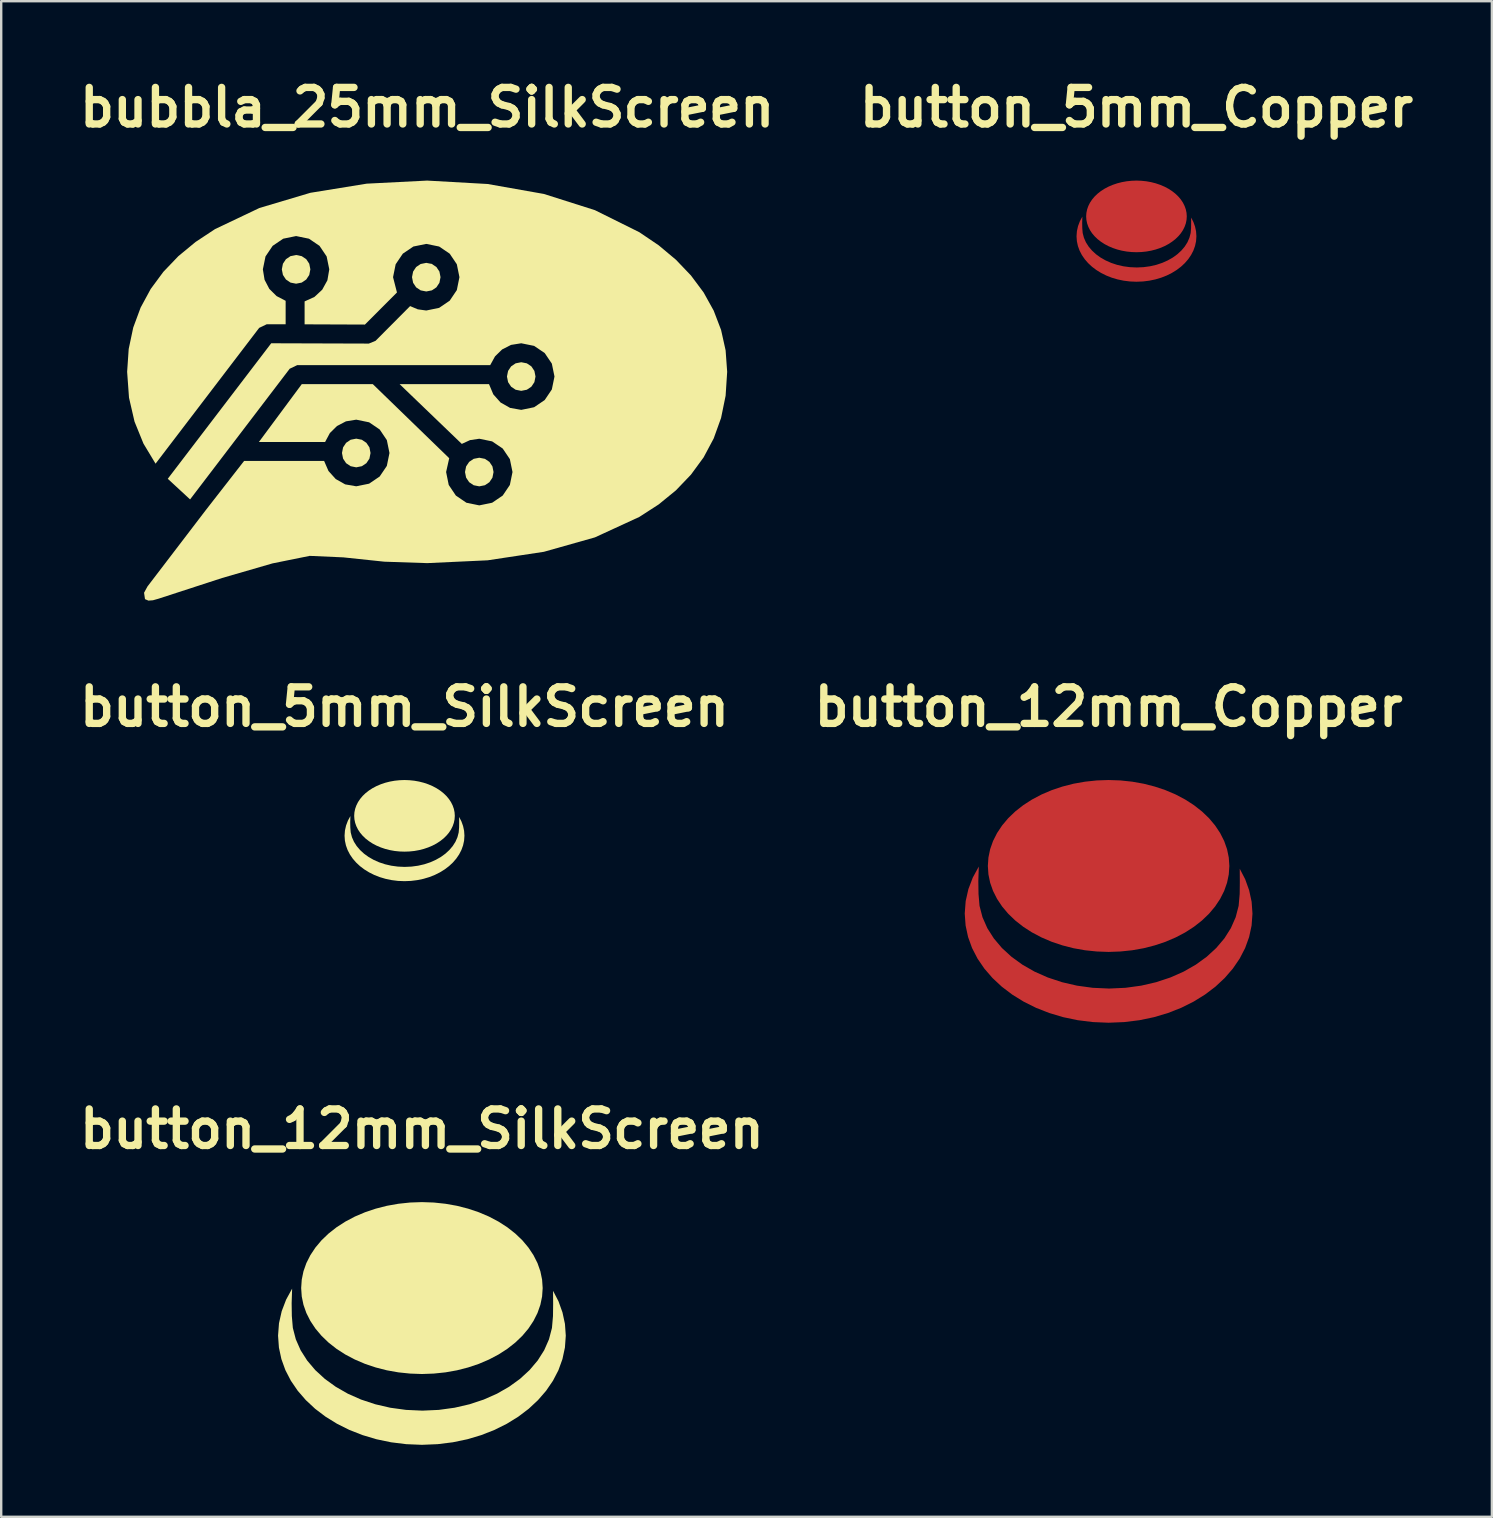
<source format=kicad_pcb>
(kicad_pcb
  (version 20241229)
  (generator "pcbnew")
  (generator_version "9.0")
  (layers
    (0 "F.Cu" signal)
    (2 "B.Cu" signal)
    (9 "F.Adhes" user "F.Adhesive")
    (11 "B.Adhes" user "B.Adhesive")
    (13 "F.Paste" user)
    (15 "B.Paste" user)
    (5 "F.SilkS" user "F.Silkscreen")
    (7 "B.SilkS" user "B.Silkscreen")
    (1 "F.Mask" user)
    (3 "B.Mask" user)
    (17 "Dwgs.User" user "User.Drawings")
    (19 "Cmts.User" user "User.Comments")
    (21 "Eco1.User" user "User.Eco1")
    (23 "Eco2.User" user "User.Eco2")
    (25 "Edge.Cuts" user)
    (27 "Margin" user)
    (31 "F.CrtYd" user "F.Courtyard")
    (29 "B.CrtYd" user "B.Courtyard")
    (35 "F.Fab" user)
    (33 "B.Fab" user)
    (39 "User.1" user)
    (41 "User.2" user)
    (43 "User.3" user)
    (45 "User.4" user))
  (footprint "button_12mm_Copper"
    (layer "F.Cu")
    (at 43.139 34.505)
    (property "Reference" "button_12mm_Copper" (at 0 -8.104 0) (layer "F.SilkS") (effects (font (size 1.524 1.524) (thickness 0.305))))
    (attr exclude_from_pos_files exclude_from_bom)
    (fp_poly (pts (xy 5.031 -1.475) (xy 5.007 -1.124) (xy 4.935 -0.777) (xy 4.815 -0.436) (xy 4.648 -0.105) (xy 4.437 0.213) (xy 4.184 0.514) (xy 3.889 0.797) (xy 3.558 1.057) (xy 3.192 1.293) (xy 2.795 1.502) (xy 2.372 1.683) (xy 1.925 1.833) (xy 1.461 1.952) (xy 0.982 2.037) (xy 0.493 2.088) (xy 0.000019 2.106) (xy -0.493 2.088) (xy -0.982 2.037) (xy -1.461 1.952) (xy -1.925 1.833) (xy -2.372 1.683) (xy -2.795 1.502) (xy -3.192 1.293) (xy -3.558 1.057) (xy -3.889 0.797) (xy -4.183 0.514) (xy -4.437 0.213) (xy -4.648 -0.105) (xy -4.815 -0.436) (xy -4.935 -0.777) (xy -5.007 -1.124) (xy -5.031 -1.475) (xy -5.007 -1.826) (xy -4.935 -2.174) (xy -4.815 -2.515) (xy -4.648 -2.845) (xy -4.437 -3.163) (xy -4.183 -3.465) (xy -3.889 -3.747) (xy -3.558 -4.007) (xy -3.192 -4.243) (xy -2.795 -4.453) (xy -2.372 -4.633) (xy -1.925 -4.783) (xy -1.461 -4.902) (xy -0.982 -4.987) (xy -0.493 -5.039) (xy 0.000019 -5.056) (xy 0.493 -5.039) (xy 0.982 -4.987) (xy 1.461 -4.902) (xy 1.925 -4.783) (xy 2.372 -4.633) (xy 2.795 -4.453) (xy 3.192 -4.243) (xy 3.558 -4.007) (xy 3.889 -3.747) (xy 4.184 -3.465) (xy 4.437 -3.163) (xy 4.648 -2.845) (xy 4.815 -2.515) (xy 4.935 -2.174) (xy 5.007 -1.826) (xy 5.031 -1.475)) (stroke (width 0) (type solid)) (fill yes) (layer "F.Cu"))
    (fp_poly (pts (xy -5.408 -1.451) (xy -5.428 -0.843) (xy -5.42 -0.308) (xy -5.378 0.186) (xy -5.254 0.661) (xy -5.054 1.115) (xy -4.782 1.543) (xy -4.445 1.942) (xy -4.046 2.308) (xy -3.592 2.637) (xy -3.087 2.926) (xy -2.536 3.17) (xy -1.945 3.366) (xy -1.319 3.511) (xy -0.662 3.601) (xy 0.02 3.632) (xy 0.702 3.601) (xy 1.359 3.511) (xy 1.986 3.366) (xy 2.577 3.17) (xy 3.128 2.926) (xy 3.633 2.637) (xy 4.087 2.308) (xy 4.485 1.942) (xy 4.823 1.543) (xy 5.094 1.115) (xy 5.294 0.661) (xy 5.418 0.186) (xy 5.461 -0.308) (xy 5.467 -0.798) (xy 5.464 -1.36) (xy 5.691 -0.921) (xy 5.856 -0.461) (xy 5.959 0.017) (xy 5.994 0.509) (xy 5.958 1.005) (xy 5.855 1.484) (xy 5.688 1.946) (xy 5.46 2.386) (xy 5.175 2.803) (xy 4.836 3.194) (xy 4.449 3.555) (xy 4.015 3.884) (xy 3.539 4.178) (xy 3.024 4.435) (xy 2.474 4.651) (xy 1.894 4.824) (xy 1.285 4.951) (xy 0.653 5.029) (xy 0.000019 5.056) (xy -0.653 5.029) (xy -1.285 4.951) (xy -1.894 4.824) (xy -2.474 4.651) (xy -3.024 4.435) (xy -3.539 4.178) (xy -4.015 3.884) (xy -4.449 3.555) (xy -4.836 3.194) (xy -5.175 2.803) (xy -5.46 2.386) (xy -5.688 1.946) (xy -5.855 1.484) (xy -5.958 1.005) (xy -5.994 0.509) (xy -5.955 -0.01) (xy -5.842 -0.511) (xy -5.658 -0.993) (xy -5.408 -1.451)) (stroke (width 0) (type solid)) (fill yes) (layer "F.Cu")))
  (footprint "button_12mm_SilkScreen"
    (layer "F.Cu")
    (at 14.529 52.091)
    (property "Reference" "button_12mm_SilkScreen" (at 0 -8.104 0) (layer "F.SilkS") (effects (font (size 1.524 1.524) (thickness 0.305))))
    (attr exclude_from_pos_files exclude_from_bom)
    (fp_poly (pts (xy 5.031 -1.475) (xy 5.007 -1.124) (xy 4.935 -0.777) (xy 4.815 -0.436) (xy 4.648 -0.105) (xy 4.437 0.213) (xy 4.184 0.514) (xy 3.889 0.797) (xy 3.558 1.057) (xy 3.192 1.293) (xy 2.795 1.502) (xy 2.372 1.683) (xy 1.925 1.833) (xy 1.461 1.952) (xy 0.982 2.037) (xy 0.493 2.088) (xy 0.000019 2.106) (xy -0.493 2.088) (xy -0.982 2.037) (xy -1.461 1.952) (xy -1.925 1.833) (xy -2.372 1.683) (xy -2.795 1.502) (xy -3.192 1.293) (xy -3.558 1.057) (xy -3.889 0.797) (xy -4.183 0.514) (xy -4.437 0.213) (xy -4.648 -0.105) (xy -4.815 -0.436) (xy -4.935 -0.777) (xy -5.007 -1.124) (xy -5.031 -1.475) (xy -5.007 -1.826) (xy -4.935 -2.174) (xy -4.815 -2.515) (xy -4.648 -2.845) (xy -4.437 -3.163) (xy -4.183 -3.465) (xy -3.889 -3.747) (xy -3.558 -4.007) (xy -3.192 -4.243) (xy -2.795 -4.453) (xy -2.372 -4.633) (xy -1.925 -4.783) (xy -1.461 -4.902) (xy -0.982 -4.987) (xy -0.493 -5.039) (xy 0.000019 -5.056) (xy 0.493 -5.039) (xy 0.982 -4.987) (xy 1.461 -4.902) (xy 1.925 -4.783) (xy 2.372 -4.633) (xy 2.795 -4.453) (xy 3.192 -4.243) (xy 3.558 -4.007) (xy 3.889 -3.747) (xy 4.184 -3.465) (xy 4.437 -3.163) (xy 4.648 -2.845) (xy 4.815 -2.515) (xy 4.935 -2.174) (xy 5.007 -1.826) (xy 5.031 -1.475)) (stroke (width 0) (type solid)) (fill yes) (layer "F.SilkS"))
    (fp_poly (pts (xy -5.408 -1.451) (xy -5.428 -0.843) (xy -5.42 -0.308) (xy -5.378 0.186) (xy -5.254 0.661) (xy -5.054 1.115) (xy -4.782 1.543) (xy -4.445 1.942) (xy -4.046 2.308) (xy -3.592 2.637) (xy -3.087 2.926) (xy -2.536 3.17) (xy -1.945 3.366) (xy -1.319 3.511) (xy -0.662 3.601) (xy 0.02 3.632) (xy 0.702 3.601) (xy 1.359 3.511) (xy 1.986 3.366) (xy 2.577 3.17) (xy 3.128 2.926) (xy 3.633 2.637) (xy 4.087 2.308) (xy 4.485 1.942) (xy 4.823 1.543) (xy 5.094 1.115) (xy 5.294 0.661) (xy 5.418 0.186) (xy 5.461 -0.308) (xy 5.467 -0.798) (xy 5.464 -1.36) (xy 5.691 -0.921) (xy 5.856 -0.461) (xy 5.959 0.017) (xy 5.994 0.509) (xy 5.958 1.005) (xy 5.855 1.484) (xy 5.688 1.946) (xy 5.46 2.386) (xy 5.175 2.803) (xy 4.836 3.194) (xy 4.449 3.555) (xy 4.015 3.884) (xy 3.539 4.178) (xy 3.024 4.435) (xy 2.474 4.651) (xy 1.894 4.824) (xy 1.285 4.951) (xy 0.653 5.029) (xy 0.000019 5.056) (xy -0.653 5.029) (xy -1.285 4.951) (xy -1.894 4.824) (xy -2.474 4.651) (xy -3.024 4.435) (xy -3.539 4.178) (xy -4.015 3.884) (xy -4.449 3.555) (xy -4.836 3.194) (xy -5.175 2.803) (xy -5.46 2.386) (xy -5.688 1.946) (xy -5.855 1.484) (xy -5.958 1.005) (xy -5.994 0.509) (xy -5.955 -0.01) (xy -5.842 -0.511) (xy -5.658 -0.993) (xy -5.408 -1.451)) (stroke (width 0) (type solid)) (fill yes) (layer "F.SilkS")))
  (footprint "button_5mm_SilkScreen"
    (layer "F.Cu")
    (at 13.803 31.556)
    (property "Reference" "button_5mm_SilkScreen" (at 0 -5.155 0) (layer "F.SilkS") (effects (font (size 1.524 1.524) (thickness 0.305))))
    (attr exclude_from_pos_files exclude_from_bom)
    (fp_poly (pts (xy 2.096 -0.615) (xy 2.086 -0.468) (xy 2.056 -0.324) (xy 2.006 -0.182) (xy 1.937 -0.044) (xy 1.849 0.089) (xy 1.743 0.214) (xy 1.621 0.332) (xy 1.482 0.44) (xy 1.33 0.539) (xy 1.165 0.626) (xy 0.988 0.701) (xy 0.802 0.764) (xy 0.609 0.813) (xy 0.409 0.849) (xy 0.205 0.87) (xy 0.000008 0.877) (xy -0.205 0.87) (xy -0.409 0.849) (xy -0.609 0.813) (xy -0.802 0.764) (xy -0.988 0.701) (xy -1.165 0.626) (xy -1.33 0.539) (xy -1.482 0.44) (xy -1.621 0.332) (xy -1.743 0.214) (xy -1.849 0.089) (xy -1.937 -0.044) (xy -2.006 -0.182) (xy -2.056 -0.324) (xy -2.086 -0.468) (xy -2.096 -0.615) (xy -2.086 -0.761) (xy -2.056 -0.906) (xy -2.006 -1.048) (xy -1.937 -1.186) (xy -1.849 -1.318) (xy -1.743 -1.444) (xy -1.621 -1.561) (xy -1.482 -1.67) (xy -1.33 -1.768) (xy -1.165 -1.855) (xy -0.988 -1.93) (xy -0.802 -1.993) (xy -0.609 -2.042) (xy -0.409 -2.078) (xy -0.205 -2.099) (xy 0.000008 -2.107) (xy 0.205 -2.099) (xy 0.409 -2.078) (xy 0.609 -2.042) (xy 0.802 -1.993) (xy 0.988 -1.93) (xy 1.165 -1.855) (xy 1.33 -1.768) (xy 1.482 -1.67) (xy 1.621 -1.561) (xy 1.743 -1.444) (xy 1.849 -1.318) (xy 1.937 -1.186) (xy 2.006 -1.048) (xy 2.056 -0.906) (xy 2.086 -0.761) (xy 2.096 -0.615)) (stroke (width 0) (type solid)) (fill yes) (layer "F.SilkS"))
    (fp_poly (pts (xy -2.254 -0.605) (xy -2.262 -0.351) (xy -2.258 -0.129) (xy -2.241 0.077) (xy -2.189 0.276) (xy -2.106 0.465) (xy -1.993 0.643) (xy -1.852 0.809) (xy -1.686 0.962) (xy -1.497 1.099) (xy -1.286 1.219) (xy -1.057 1.321) (xy -0.81 1.403) (xy -0.549 1.463) (xy -0.276 1.5) (xy 0.008 1.513) (xy 0.293 1.5) (xy 0.566 1.463) (xy 0.827 1.403) (xy 1.074 1.321) (xy 1.303 1.219) (xy 1.514 1.099) (xy 1.703 0.962) (xy 1.869 0.809) (xy 2.01 0.643) (xy 2.123 0.465) (xy 2.206 0.276) (xy 2.258 0.077) (xy 2.275 -0.129) (xy 2.278 -0.333) (xy 2.277 -0.567) (xy 2.371 -0.384) (xy 2.44 -0.192) (xy 2.483 0.007) (xy 2.497 0.212) (xy 2.483 0.419) (xy 2.44 0.618) (xy 2.37 0.811) (xy 2.275 0.994) (xy 2.156 1.168) (xy 2.015 1.331) (xy 1.854 1.481) (xy 1.673 1.618) (xy 1.474 1.741) (xy 1.26 1.848) (xy 1.031 1.938) (xy 0.789 2.01) (xy 0.535 2.063) (xy 0.272 2.096) (xy 0.000008 2.107) (xy -0.272 2.096) (xy -0.535 2.063) (xy -0.789 2.01) (xy -1.031 1.938) (xy -1.26 1.848) (xy -1.474 1.741) (xy -1.673 1.618) (xy -1.854 1.481) (xy -2.015 1.331) (xy -2.156 1.168) (xy -2.275 0.994) (xy -2.37 0.811) (xy -2.44 0.618) (xy -2.483 0.419) (xy -2.497 0.212) (xy -2.481 -0.004) (xy -2.434 -0.213) (xy -2.358 -0.414) (xy -2.254 -0.605)) (stroke (width 0) (type solid)) (fill yes) (layer "F.SilkS")))
  (footprint "bubbla_25mm_SilkScreen"
    (layer "F.Cu")
    (at 14.747 13.224)
    (property "Reference" "bubbla_25mm_SilkScreen" (at 0 -11.798 0) (layer "F.SilkS") (effects (font (size 1.524 1.524) (thickness 0.305))))
    (attr exclude_from_pos_files exclude_from_bom)
    (fp_poly (pts (xy -5.46 -5.649) (xy -5.694 -5.602) (xy -5.883 -5.476) (xy -6.009 -5.286) (xy -6.055 -5.052) (xy -6.009 -4.818) (xy -5.883 -4.628) (xy -5.694 -4.5) (xy -5.46 -4.454) (xy -5.227 -4.5) (xy -5.038 -4.628) (xy -4.912 -4.818) (xy -4.866 -5.052) (xy -4.912 -5.286) (xy -5.038 -5.476) (xy -5.227 -5.602) (xy -5.46 -5.649)) (stroke (width 0) (type solid)) (fill yes) (layer "F.SilkS"))
    (fp_poly (pts (xy -0.037 -5.322) (xy -0.271 -5.276) (xy -0.459 -5.149) (xy -0.585 -4.96) (xy -0.631 -4.726) (xy -0.585 -4.492) (xy -0.459 -4.302) (xy -0.271 -4.176) (xy -0.037 -4.13) (xy 0.196 -4.176) (xy 0.385 -4.302) (xy 0.511 -4.492) (xy 0.557 -4.726) (xy 0.511 -4.96) (xy 0.385 -5.149) (xy 0.196 -5.276) (xy -0.037 -5.322)) (stroke (width 0) (type solid)) (fill yes) (layer "F.SilkS"))
    (fp_poly (pts (xy 2.172 2.797) (xy 1.938 2.843) (xy 1.75 2.97) (xy 1.623 3.159) (xy 1.577 3.393) (xy 1.623 3.627) (xy 1.75 3.816) (xy 1.938 3.943) (xy 2.172 3.989) (xy 2.405 3.943) (xy 2.594 3.816) (xy 2.72 3.627) (xy 2.766 3.393) (xy 2.72 3.159) (xy 2.594 2.97) (xy 2.405 2.843) (xy 2.172 2.797)) (stroke (width 0) (type solid)) (fill yes) (layer "F.SilkS"))
    (fp_poly (pts (xy 3.92 -1.182) (xy 3.686 -1.136) (xy 3.498 -1.009) (xy 3.372 -0.82) (xy 3.325 -0.586) (xy 3.372 -0.352) (xy 3.498 -0.163) (xy 3.686 -0.036) (xy 3.92 0.01) (xy 4.153 -0.036) (xy 4.342 -0.163) (xy 4.468 -0.352) (xy 4.514 -0.586) (xy 4.468 -0.82) (xy 4.342 -1.009) (xy 4.153 -1.136) (xy 3.92 -1.182)) (stroke (width 0) (type solid)) (fill yes) (layer "F.SilkS"))
    (fp_poly (pts (xy -2.955 2.002) (xy -3.188 2.048) (xy -3.377 2.176) (xy -3.503 2.366) (xy -3.549 2.6) (xy -3.503 2.834) (xy -3.377 3.024) (xy -3.188 3.15) (xy -2.955 3.197) (xy -2.721 3.15) (xy -2.532 3.024) (xy -2.405 2.834) (xy -2.359 2.6) (xy -2.405 2.366) (xy -2.532 2.176) (xy -2.721 2.048) (xy -2.955 2.002) (xy -2.955 2.002)) (stroke (width 0) (type solid)) (fill yes) (layer "F.SilkS"))
    (fp_poly (pts (xy -0.0002 -8.75) (xy -2.519 -8.622) (xy -4.866 -8.241) (xy -6.989 -7.608) (xy -8.839 -6.728) (xy -9.646 -6.195) (xy -10.365 -5.602) (xy -10.991 -4.948) (xy -11.518 -4.234) (xy -11.938 -3.459) (xy -12.246 -2.626) (xy -12.435 -1.733) (xy -12.5 -0.781) (xy -12.422 0.296) (xy -12.192 1.292) (xy -11.82 2.208) (xy -11.316 3.045) (xy -6.999 -2.613) (xy -6.687 -2.763) (xy -5.896 -2.763) (xy -5.896 -3.741) (xy -6.275 -3.939) (xy -6.576 -4.238) (xy -6.774 -4.617) (xy -6.845 -5.052) (xy -6.735 -5.59) (xy -6.437 -6.031) (xy -5.997 -6.329) (xy -5.46 -6.439) (xy -4.924 -6.329) (xy -4.485 -6.031) (xy -4.188 -5.59) (xy -4.078 -5.052) (xy -4.156 -4.596) (xy -4.372 -4.204) (xy -4.697 -3.902) (xy -5.106 -3.716) (xy -5.106 -2.761) (xy -2.593 -2.751) (xy -1.258 -4.088) (xy -1.421 -4.726) (xy -1.312 -5.264) (xy -1.014 -5.705) (xy -0.574 -6.003) (xy -0.037 -6.112) (xy 0.499 -6.003) (xy 0.939 -5.705) (xy 1.236 -5.264) (xy 1.345 -4.726) (xy 1.236 -4.187) (xy 0.939 -3.746) (xy 0.499 -3.447) (xy -0.037 -3.337) (xy -0.39 -3.386) (xy -0.71 -3.521) (xy -2.15 -2.074) (xy -2.43 -1.959) (xy -6.497 -1.972) (xy -10.807 3.674) (xy -9.877 4.534) (xy -5.727 -0.911) (xy -5.414 -1.061) (xy 2.627 -1.061) (xy 2.828 -1.426) (xy 3.124 -1.715) (xy 3.495 -1.904) (xy 3.92 -1.972) (xy 4.456 -1.863) (xy 4.897 -1.565) (xy 5.195 -1.124) (xy 5.305 -0.586) (xy 5.195 -0.048) (xy 4.897 0.394) (xy 4.456 0.693) (xy 3.92 0.803) (xy 3.456 0.721) (xy 3.059 0.496) (xy 2.756 0.156) (xy 2.577 -0.27) (xy -1.148 -0.27) (xy 1.443 2.221) (xy 1.786 2.063) (xy 2.172 2.006) (xy 2.708 2.116) (xy 3.148 2.414) (xy 3.446 2.855) (xy 3.556 3.393) (xy 3.446 3.931) (xy 3.148 4.373) (xy 2.708 4.672) (xy 2.172 4.782) (xy 1.635 4.672) (xy 1.196 4.373) (xy 0.899 3.931) (xy 0.79 3.393) (xy 0.919 2.817) (xy -2.265 -0.27) (xy -5.223 -0.27) (xy -7.01 2.141) (xy -4.252 2.141) (xy -4.053 1.769) (xy -3.756 1.475) (xy -3.383 1.281) (xy -2.955 1.211) (xy -2.418 1.321) (xy -1.978 1.62) (xy -1.68 2.062) (xy -1.57 2.6) (xy -1.68 3.138) (xy -1.978 3.579) (xy -2.418 3.878) (xy -2.955 3.987) (xy -3.415 3.907) (xy -3.809 3.685) (xy -4.111 3.35) (xy -4.293 2.931) (xy -7.627 2.931) (xy -9.232 4.991) (xy -11.652 8.16) (xy -11.795 8.422) (xy -11.756 8.689) (xy -11.613 8.75) (xy -11.425 8.736) (xy -11.191 8.67) (xy -8.544 7.808) (xy -6.442 7.199) (xy -4.895 6.886) (xy -3.492 6.948) (xy -1.785 7.128) (xy -0.000138 7.188) (xy 2.519 7.071) (xy 4.865 6.716) (xy 6.989 6.116) (xy 8.839 5.264) (xy 9.646 4.743) (xy 10.365 4.156) (xy 10.991 3.502) (xy 11.518 2.783) (xy 11.938 1.995) (xy 12.246 1.139) (xy 12.435 0.214) (xy 12.5 -0.781) (xy 12.435 -1.677) (xy 12.246 -2.528) (xy 11.938 -3.333) (xy 11.518 -4.09) (xy 10.991 -4.797) (xy 10.365 -5.452) (xy 9.646 -6.054) (xy 8.839 -6.6) (xy 6.989 -7.518) (xy 4.865 -8.193) (xy 2.519 -8.608) (xy -0.000138 -8.75) (xy -0.0002 -8.75)) (stroke (width 0) (type solid)) (fill yes) (layer "F.SilkS")))
  (footprint "button_5mm_Copper"
    (layer "F.Cu")
    (at 44.3 6.581)
    (property "Reference" "button_5mm_Copper" (at 0 -5.155 0) (layer "F.SilkS") (effects (font (size 1.524 1.524) (thickness 0.305))))
    (attr exclude_from_pos_files exclude_from_bom)
    (fp_poly (pts (xy 2.096 -0.615) (xy 2.086 -0.468) (xy 2.056 -0.324) (xy 2.006 -0.182) (xy 1.937 -0.044) (xy 1.849 0.089) (xy 1.743 0.214) (xy 1.621 0.332) (xy 1.482 0.44) (xy 1.33 0.539) (xy 1.165 0.626) (xy 0.988 0.701) (xy 0.802 0.764) (xy 0.609 0.813) (xy 0.409 0.849) (xy 0.205 0.87) (xy 0.000008 0.877) (xy -0.205 0.87) (xy -0.409 0.849) (xy -0.609 0.813) (xy -0.802 0.764) (xy -0.988 0.701) (xy -1.165 0.626) (xy -1.33 0.539) (xy -1.482 0.44) (xy -1.621 0.332) (xy -1.743 0.214) (xy -1.849 0.089) (xy -1.937 -0.044) (xy -2.006 -0.182) (xy -2.056 -0.324) (xy -2.086 -0.468) (xy -2.096 -0.615) (xy -2.086 -0.761) (xy -2.056 -0.906) (xy -2.006 -1.048) (xy -1.937 -1.186) (xy -1.849 -1.318) (xy -1.743 -1.444) (xy -1.621 -1.561) (xy -1.482 -1.67) (xy -1.33 -1.768) (xy -1.165 -1.855) (xy -0.988 -1.93) (xy -0.802 -1.993) (xy -0.609 -2.042) (xy -0.409 -2.078) (xy -0.205 -2.099) (xy 0.000008 -2.107) (xy 0.205 -2.099) (xy 0.409 -2.078) (xy 0.609 -2.042) (xy 0.802 -1.993) (xy 0.988 -1.93) (xy 1.165 -1.855) (xy 1.33 -1.768) (xy 1.482 -1.67) (xy 1.621 -1.561) (xy 1.743 -1.444) (xy 1.849 -1.318) (xy 1.937 -1.186) (xy 2.006 -1.048) (xy 2.056 -0.906) (xy 2.086 -0.761) (xy 2.096 -0.615)) (stroke (width 0) (type solid)) (fill yes) (layer "F.Cu"))
    (fp_poly (pts (xy -2.254 -0.605) (xy -2.262 -0.351) (xy -2.258 -0.129) (xy -2.241 0.077) (xy -2.189 0.276) (xy -2.106 0.465) (xy -1.993 0.643) (xy -1.852 0.809) (xy -1.686 0.962) (xy -1.497 1.099) (xy -1.286 1.219) (xy -1.057 1.321) (xy -0.81 1.403) (xy -0.549 1.463) (xy -0.276 1.5) (xy 0.008 1.513) (xy 0.293 1.5) (xy 0.566 1.463) (xy 0.827 1.403) (xy 1.074 1.321) (xy 1.303 1.219) (xy 1.514 1.099) (xy 1.703 0.962) (xy 1.869 0.809) (xy 2.01 0.643) (xy 2.123 0.465) (xy 2.206 0.276) (xy 2.258 0.077) (xy 2.275 -0.129) (xy 2.278 -0.333) (xy 2.277 -0.567) (xy 2.371 -0.384) (xy 2.44 -0.192) (xy 2.483 0.007) (xy 2.497 0.212) (xy 2.483 0.419) (xy 2.44 0.618) (xy 2.37 0.811) (xy 2.275 0.994) (xy 2.156 1.168) (xy 2.015 1.331) (xy 1.854 1.481) (xy 1.673 1.618) (xy 1.474 1.741) (xy 1.26 1.848) (xy 1.031 1.938) (xy 0.789 2.01) (xy 0.535 2.063) (xy 0.272 2.096) (xy 0.000008 2.107) (xy -0.272 2.096) (xy -0.535 2.063) (xy -0.789 2.01) (xy -1.031 1.938) (xy -1.26 1.848) (xy -1.474 1.741) (xy -1.673 1.618) (xy -1.854 1.481) (xy -2.015 1.331) (xy -2.156 1.168) (xy -2.275 0.994) (xy -2.37 0.811) (xy -2.44 0.618) (xy -2.483 0.419) (xy -2.497 0.212) (xy -2.481 -0.004) (xy -2.434 -0.213) (xy -2.358 -0.414) (xy -2.254 -0.605)) (stroke (width 0) (type solid)) (fill yes) (layer "F.Cu")))
  (gr_rect
    (start -3 -3)
    (end 59.108 60.147)
    (stroke (width 0.1) (type default))
    (fill no)
    (layer "Edge.Cuts")))
</source>
